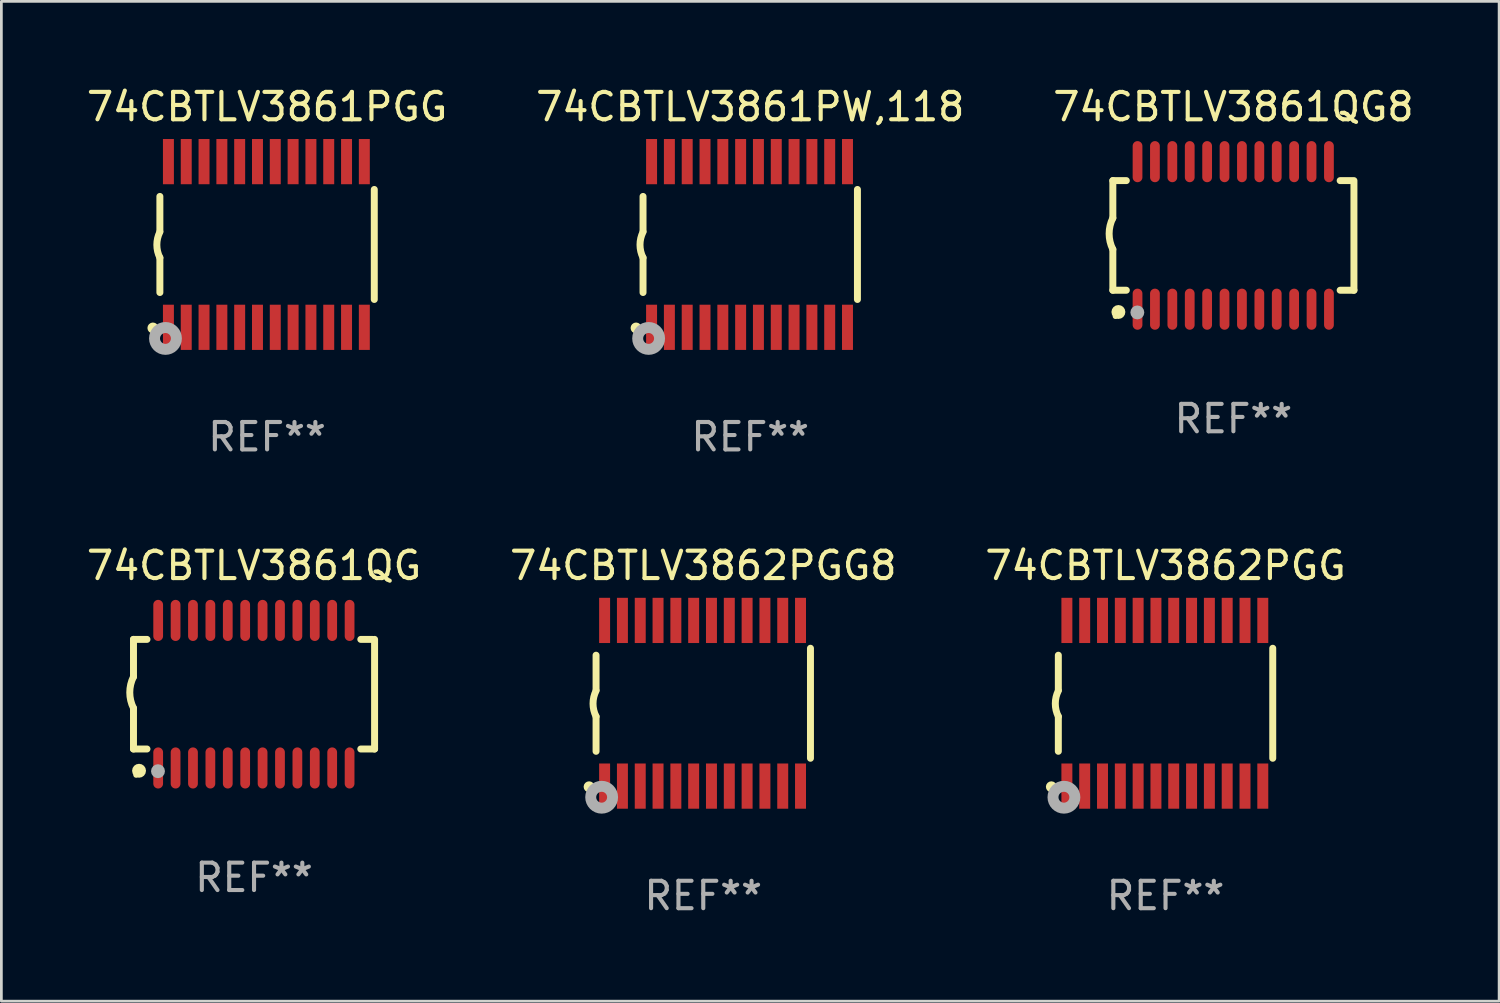
<source format=kicad_pcb>
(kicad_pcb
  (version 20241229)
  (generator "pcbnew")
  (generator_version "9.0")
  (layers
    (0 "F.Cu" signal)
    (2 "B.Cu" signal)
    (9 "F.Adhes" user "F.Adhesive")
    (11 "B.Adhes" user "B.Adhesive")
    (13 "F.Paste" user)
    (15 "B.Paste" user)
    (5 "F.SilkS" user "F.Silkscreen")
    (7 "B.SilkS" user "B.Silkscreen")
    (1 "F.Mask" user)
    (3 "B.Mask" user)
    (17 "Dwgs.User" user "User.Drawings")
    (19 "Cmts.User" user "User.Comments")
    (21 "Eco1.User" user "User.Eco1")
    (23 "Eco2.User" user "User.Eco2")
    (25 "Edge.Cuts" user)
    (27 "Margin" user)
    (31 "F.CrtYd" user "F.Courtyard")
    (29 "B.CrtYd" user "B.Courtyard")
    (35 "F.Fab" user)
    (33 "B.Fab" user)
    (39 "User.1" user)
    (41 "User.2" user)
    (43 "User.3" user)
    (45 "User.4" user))
  (footprint "74CBTLV3862PGG"
    (layer "F.Cu")
    (at 39.482 22.613)
    (property "Reference" "74CBTLV3862PGG" (at 0 -5.023 0) (layer "F.SilkS") (effects (font (size 1 1) (thickness 0.15))))
    (attr through_hole)
    (fp_line (start -3.912 -0.483) (end -3.912 -1.753) (stroke (width 0.254) (type solid)) (layer "F.SilkS"))
    (fp_line (start -3.912 1.753) (end -3.912 0.483) (stroke (width 0.254) (type solid)) (layer "F.SilkS"))
    (fp_line (start 3.912 -2.007) (end 3.912 2.007) (stroke (width 0.254) (type solid)) (layer "F.SilkS"))
    (fp_arc (start -3.911608 0.482601) (mid -4.022537 0.0127) (end -3.911608 -0.457201) (stroke (width 0.254001) (type solid)) (layer "F.SilkS"))
    (fp_circle (center -4.166 3.048) (end -4.066 3.048) (stroke (width 0.2) (type solid)) (fill no) (layer "F.SilkS"))
    (fp_circle (center -3.925 3.186) (end -3.895 3.186) (stroke (width 0.06) (type solid)) (fill no) (layer "F.SilkS"))
    (fp_circle (center -3.708 3.429) (end -3.509 3.429) (stroke (width 0.4) (type solid)) (fill no) (layer "F.Fab"))
    (fp_text user "REF**" (at 0 7.023 0) (layer "F.Fab") (effects (font (size 1 1) (thickness 0.15))))
    (pad "1" smd rect (at -3.6 3.023) (size 0.4 1.65) (layers "F.Cu" "F.Mask" "F.Paste"))
    (pad "2" smd rect (at -2.95 3.023) (size 0.4 1.65) (layers "F.Cu" "F.Mask" "F.Paste"))
    (pad "3" smd rect (at -2.3 3.023) (size 0.4 1.65) (layers "F.Cu" "F.Mask" "F.Paste"))
    (pad "4" smd rect (at -1.65 3.023) (size 0.4 1.65) (layers "F.Cu" "F.Mask" "F.Paste"))
    (pad "5" smd rect (at -1 3.023) (size 0.4 1.65) (layers "F.Cu" "F.Mask" "F.Paste"))
    (pad "6" smd rect (at -0.35 3.023) (size 0.4 1.65) (layers "F.Cu" "F.Mask" "F.Paste"))
    (pad "7" smd rect (at 0.299 3.023) (size 0.4 1.65) (layers "F.Cu" "F.Mask" "F.Paste"))
    (pad "8" smd rect (at 0.95 3.023) (size 0.4 1.65) (layers "F.Cu" "F.Mask" "F.Paste"))
    (pad "9" smd rect (at 1.6 3.023) (size 0.4 1.65) (layers "F.Cu" "F.Mask" "F.Paste"))
    (pad "10" smd rect (at 2.25 3.023) (size 0.4 1.65) (layers "F.Cu" "F.Mask" "F.Paste"))
    (pad "11" smd rect (at 2.9 3.023) (size 0.4 1.65) (layers "F.Cu" "F.Mask" "F.Paste"))
    (pad "12" smd rect (at 3.549 3.023) (size 0.4 1.65) (layers "F.Cu" "F.Mask" "F.Paste"))
    (pad "13" smd rect (at 3.549 -3.023) (size 0.4 1.65) (layers "F.Cu" "F.Mask" "F.Paste"))
    (pad "14" smd rect (at 2.9 -3.023) (size 0.4 1.65) (layers "F.Cu" "F.Mask" "F.Paste"))
    (pad "15" smd rect (at 2.25 -3.023) (size 0.4 1.65) (layers "F.Cu" "F.Mask" "F.Paste"))
    (pad "16" smd rect (at 1.6 -3.023) (size 0.4 1.65) (layers "F.Cu" "F.Mask" "F.Paste"))
    (pad "17" smd rect (at 0.95 -3.023) (size 0.4 1.65) (layers "F.Cu" "F.Mask" "F.Paste"))
    (pad "18" smd rect (at 0.299 -3.023) (size 0.4 1.65) (layers "F.Cu" "F.Mask" "F.Paste"))
    (pad "19" smd rect (at -0.35 -3.023) (size 0.4 1.65) (layers "F.Cu" "F.Mask" "F.Paste"))
    (pad "20" smd rect (at -1 -3.023) (size 0.4 1.65) (layers "F.Cu" "F.Mask" "F.Paste"))
    (pad "21" smd rect (at -1.65 -3.023) (size 0.4 1.65) (layers "F.Cu" "F.Mask" "F.Paste"))
    (pad "22" smd rect (at -2.3 -3.023) (size 0.4 1.65) (layers "F.Cu" "F.Mask" "F.Paste"))
    (pad "23" smd rect (at -2.95 -3.023) (size 0.4 1.65) (layers "F.Cu" "F.Mask" "F.Paste"))
    (pad "24" smd rect (at -3.6 -3.023) (size 0.4 1.65) (layers "F.Cu" "F.Mask" "F.Paste")))
  (footprint "74CBTLV3861QG8"
    (layer "F.Cu")
    (at 41.958 5.541)
    (property "Reference" "74CBTLV3861QG8" (at 0 -4.692 0) (layer "F.SilkS") (effects (font (size 1 1) (thickness 0.15))))
    (attr through_hole)
    (fp_line (start -4.399 -2) (end -4.399 -0.635) (stroke (width 0.254) (type solid)) (layer "F.SilkS"))
    (fp_line (start -4.399 -2) (end -3.907 -2) (stroke (width 0.254) (type solid)) (layer "F.SilkS"))
    (fp_line (start -4.399 2) (end -4.399 0.508) (stroke (width 0.254) (type solid)) (layer "F.SilkS"))
    (fp_line (start -4.399 2) (end -3.907 2) (stroke (width 0.254) (type solid)) (layer "F.SilkS"))
    (fp_line (start 3.896 -2) (end 4.313 -2) (stroke (width 0.254) (type solid)) (layer "F.SilkS"))
    (fp_line (start 3.896 2) (end 4.399 2) (stroke (width 0.254) (type solid)) (layer "F.SilkS"))
    (fp_line (start 4.399 2) (end 4.399 -2) (stroke (width 0.254) (type solid)) (layer "F.SilkS"))
    (fp_arc (start -4.399301 0.508001) (mid -4.534214 -0.0635) (end -4.399301 -0.635001) (stroke (width 0.254001) (type solid)) (layer "F.SilkS"))
    (fp_circle (center -4.305 2.95) (end -4.255 2.95) (stroke (width 0.1) (type solid)) (fill no) (layer "F.SilkS"))
    (fp_circle (center -4.196 2.794) (end -4.069 2.794) (stroke (width 0.254) (type solid)) (fill no) (layer "F.SilkS"))
    (fp_circle (center -3.505 2.81) (end -3.378 2.81) (stroke (width 0.254) (type solid)) (fill no) (layer "F.Fab"))
    (fp_text user "REF**" (at 0 6.692 0) (layer "F.Fab") (effects (font (size 1 1) (thickness 0.15))))
    (pad "1" smd oval (at -3.498 2.692 90) (size 1.5 0.356) (layers "F.Cu" "F.Mask" "F.Paste"))
    (pad "2" smd oval (at -2.863 2.692 90) (size 1.5 0.356) (layers "F.Cu" "F.Mask" "F.Paste"))
    (pad "3" smd oval (at -2.228 2.692 90) (size 1.5 0.356) (layers "F.Cu" "F.Mask" "F.Paste"))
    (pad "4" smd oval (at -1.593 2.692 90) (size 1.5 0.356) (layers "F.Cu" "F.Mask" "F.Paste"))
    (pad "5" smd oval (at -0.958 2.692 90) (size 1.5 0.356) (layers "F.Cu" "F.Mask" "F.Paste"))
    (pad "6" smd oval (at -0.323 2.692 90) (size 1.5 0.356) (layers "F.Cu" "F.Mask" "F.Paste"))
    (pad "7" smd oval (at 0.312 2.692 90) (size 1.5 0.356) (layers "F.Cu" "F.Mask" "F.Paste"))
    (pad "8" smd oval (at 0.947 2.692 90) (size 1.5 0.356) (layers "F.Cu" "F.Mask" "F.Paste"))
    (pad "9" smd oval (at 1.582 2.692 90) (size 1.5 0.356) (layers "F.Cu" "F.Mask" "F.Paste"))
    (pad "10" smd oval (at 2.217 2.692 90) (size 1.5 0.356) (layers "F.Cu" "F.Mask" "F.Paste"))
    (pad "11" smd oval (at 2.852 2.692 90) (size 1.5 0.356) (layers "F.Cu" "F.Mask" "F.Paste"))
    (pad "12" smd oval (at 3.487 2.692 90) (size 1.5 0.356) (layers "F.Cu" "F.Mask" "F.Paste"))
    (pad "13" smd oval (at 3.487 -2.692 90) (size 1.5 0.356) (layers "F.Cu" "F.Mask" "F.Paste"))
    (pad "14" smd oval (at 2.852 -2.692 90) (size 1.5 0.356) (layers "F.Cu" "F.Mask" "F.Paste"))
    (pad "15" smd oval (at 2.217 -2.692 90) (size 1.5 0.356) (layers "F.Cu" "F.Mask" "F.Paste"))
    (pad "16" smd oval (at 1.582 -2.692 90) (size 1.5 0.356) (layers "F.Cu" "F.Mask" "F.Paste"))
    (pad "17" smd oval (at 0.947 -2.692 90) (size 1.5 0.356) (layers "F.Cu" "F.Mask" "F.Paste"))
    (pad "18" smd oval (at 0.312 -2.692 90) (size 1.5 0.356) (layers "F.Cu" "F.Mask" "F.Paste"))
    (pad "19" smd oval (at -0.323 -2.692 90) (size 1.5 0.356) (layers "F.Cu" "F.Mask" "F.Paste"))
    (pad "20" smd oval (at -0.958 -2.692 90) (size 1.5 0.356) (layers "F.Cu" "F.Mask" "F.Paste"))
    (pad "21" smd oval (at -1.593 -2.692 90) (size 1.5 0.356) (layers "F.Cu" "F.Mask" "F.Paste"))
    (pad "22" smd oval (at -2.228 -2.692 90) (size 1.5 0.356) (layers "F.Cu" "F.Mask" "F.Paste"))
    (pad "23" smd oval (at -2.863 -2.692 90) (size 1.5 0.356) (layers "F.Cu" "F.Mask" "F.Paste"))
    (pad "24" smd oval (at -3.498 -2.692 90) (size 1.5 0.356) (layers "F.Cu" "F.Mask" "F.Paste")))
  (footprint "74CBTLV3862PGG8"
    (layer "F.Cu")
    (at 22.613 22.613)
    (property "Reference" "74CBTLV3862PGG8" (at 0 -5.023 0) (layer "F.SilkS") (effects (font (size 1 1) (thickness 0.15))))
    (attr through_hole)
    (fp_line (start -3.912 -0.483) (end -3.912 -1.753) (stroke (width 0.254) (type solid)) (layer "F.SilkS"))
    (fp_line (start -3.912 1.753) (end -3.912 0.483) (stroke (width 0.254) (type solid)) (layer "F.SilkS"))
    (fp_line (start 3.912 -2.007) (end 3.912 2.007) (stroke (width 0.254) (type solid)) (layer "F.SilkS"))
    (fp_arc (start -3.911608 0.482601) (mid -4.022537 0.0127) (end -3.911608 -0.457201) (stroke (width 0.254001) (type solid)) (layer "F.SilkS"))
    (fp_circle (center -4.166 3.048) (end -4.066 3.048) (stroke (width 0.2) (type solid)) (fill no) (layer "F.SilkS"))
    (fp_circle (center -3.925 3.186) (end -3.895 3.186) (stroke (width 0.06) (type solid)) (fill no) (layer "F.SilkS"))
    (fp_circle (center -3.708 3.429) (end -3.509 3.429) (stroke (width 0.4) (type solid)) (fill no) (layer "F.Fab"))
    (fp_text user "REF**" (at 0 7.023 0) (layer "F.Fab") (effects (font (size 1 1) (thickness 0.15))))
    (pad "1" smd rect (at -3.6 3.023) (size 0.4 1.65) (layers "F.Cu" "F.Mask" "F.Paste"))
    (pad "2" smd rect (at -2.95 3.023) (size 0.4 1.65) (layers "F.Cu" "F.Mask" "F.Paste"))
    (pad "3" smd rect (at -2.3 3.023) (size 0.4 1.65) (layers "F.Cu" "F.Mask" "F.Paste"))
    (pad "4" smd rect (at -1.65 3.023) (size 0.4 1.65) (layers "F.Cu" "F.Mask" "F.Paste"))
    (pad "5" smd rect (at -1 3.023) (size 0.4 1.65) (layers "F.Cu" "F.Mask" "F.Paste"))
    (pad "6" smd rect (at -0.35 3.023) (size 0.4 1.65) (layers "F.Cu" "F.Mask" "F.Paste"))
    (pad "7" smd rect (at 0.299 3.023) (size 0.4 1.65) (layers "F.Cu" "F.Mask" "F.Paste"))
    (pad "8" smd rect (at 0.95 3.023) (size 0.4 1.65) (layers "F.Cu" "F.Mask" "F.Paste"))
    (pad "9" smd rect (at 1.6 3.023) (size 0.4 1.65) (layers "F.Cu" "F.Mask" "F.Paste"))
    (pad "10" smd rect (at 2.25 3.023) (size 0.4 1.65) (layers "F.Cu" "F.Mask" "F.Paste"))
    (pad "11" smd rect (at 2.9 3.023) (size 0.4 1.65) (layers "F.Cu" "F.Mask" "F.Paste"))
    (pad "12" smd rect (at 3.549 3.023) (size 0.4 1.65) (layers "F.Cu" "F.Mask" "F.Paste"))
    (pad "13" smd rect (at 3.549 -3.023) (size 0.4 1.65) (layers "F.Cu" "F.Mask" "F.Paste"))
    (pad "14" smd rect (at 2.9 -3.023) (size 0.4 1.65) (layers "F.Cu" "F.Mask" "F.Paste"))
    (pad "15" smd rect (at 2.25 -3.023) (size 0.4 1.65) (layers "F.Cu" "F.Mask" "F.Paste"))
    (pad "16" smd rect (at 1.6 -3.023) (size 0.4 1.65) (layers "F.Cu" "F.Mask" "F.Paste"))
    (pad "17" smd rect (at 0.95 -3.023) (size 0.4 1.65) (layers "F.Cu" "F.Mask" "F.Paste"))
    (pad "18" smd rect (at 0.299 -3.023) (size 0.4 1.65) (layers "F.Cu" "F.Mask" "F.Paste"))
    (pad "19" smd rect (at -0.35 -3.023) (size 0.4 1.65) (layers "F.Cu" "F.Mask" "F.Paste"))
    (pad "20" smd rect (at -1 -3.023) (size 0.4 1.65) (layers "F.Cu" "F.Mask" "F.Paste"))
    (pad "21" smd rect (at -1.65 -3.023) (size 0.4 1.65) (layers "F.Cu" "F.Mask" "F.Paste"))
    (pad "22" smd rect (at -2.3 -3.023) (size 0.4 1.65) (layers "F.Cu" "F.Mask" "F.Paste"))
    (pad "23" smd rect (at -2.95 -3.023) (size 0.4 1.65) (layers "F.Cu" "F.Mask" "F.Paste"))
    (pad "24" smd rect (at -3.6 -3.023) (size 0.4 1.65) (layers "F.Cu" "F.Mask" "F.Paste")))
  (footprint "74CBTLV3861PGG"
    (layer "F.Cu")
    (at 6.696 5.871)
    (property "Reference" "74CBTLV3861PGG" (at 0 -5.023 0) (layer "F.SilkS") (effects (font (size 1 1) (thickness 0.15))))
    (attr through_hole)
    (fp_line (start -3.912 -0.483) (end -3.912 -1.753) (stroke (width 0.254) (type solid)) (layer "F.SilkS"))
    (fp_line (start -3.912 1.753) (end -3.912 0.483) (stroke (width 0.254) (type solid)) (layer "F.SilkS"))
    (fp_line (start 3.912 -2.007) (end 3.912 2.007) (stroke (width 0.254) (type solid)) (layer "F.SilkS"))
    (fp_arc (start -3.911608 0.482601) (mid -4.022537 0.0127) (end -3.911608 -0.457201) (stroke (width 0.254001) (type solid)) (layer "F.SilkS"))
    (fp_circle (center -4.166 3.048) (end -4.066 3.048) (stroke (width 0.2) (type solid)) (fill no) (layer "F.SilkS"))
    (fp_circle (center -3.925 3.186) (end -3.895 3.186) (stroke (width 0.06) (type solid)) (fill no) (layer "F.SilkS"))
    (fp_circle (center -3.708 3.429) (end -3.509 3.429) (stroke (width 0.4) (type solid)) (fill no) (layer "F.Fab"))
    (fp_text user "REF**" (at 0 7.023 0) (layer "F.Fab") (effects (font (size 1 1) (thickness 0.15))))
    (pad "1" smd rect (at -3.6 3.023) (size 0.4 1.65) (layers "F.Cu" "F.Mask" "F.Paste"))
    (pad "2" smd rect (at -2.95 3.023) (size 0.4 1.65) (layers "F.Cu" "F.Mask" "F.Paste"))
    (pad "3" smd rect (at -2.3 3.023) (size 0.4 1.65) (layers "F.Cu" "F.Mask" "F.Paste"))
    (pad "4" smd rect (at -1.65 3.023) (size 0.4 1.65) (layers "F.Cu" "F.Mask" "F.Paste"))
    (pad "5" smd rect (at -1 3.023) (size 0.4 1.65) (layers "F.Cu" "F.Mask" "F.Paste"))
    (pad "6" smd rect (at -0.35 3.023) (size 0.4 1.65) (layers "F.Cu" "F.Mask" "F.Paste"))
    (pad "7" smd rect (at 0.299 3.023) (size 0.4 1.65) (layers "F.Cu" "F.Mask" "F.Paste"))
    (pad "8" smd rect (at 0.95 3.023) (size 0.4 1.65) (layers "F.Cu" "F.Mask" "F.Paste"))
    (pad "9" smd rect (at 1.6 3.023) (size 0.4 1.65) (layers "F.Cu" "F.Mask" "F.Paste"))
    (pad "10" smd rect (at 2.25 3.023) (size 0.4 1.65) (layers "F.Cu" "F.Mask" "F.Paste"))
    (pad "11" smd rect (at 2.9 3.023) (size 0.4 1.65) (layers "F.Cu" "F.Mask" "F.Paste"))
    (pad "12" smd rect (at 3.549 3.023) (size 0.4 1.65) (layers "F.Cu" "F.Mask" "F.Paste"))
    (pad "13" smd rect (at 3.549 -3.023) (size 0.4 1.65) (layers "F.Cu" "F.Mask" "F.Paste"))
    (pad "14" smd rect (at 2.9 -3.023) (size 0.4 1.65) (layers "F.Cu" "F.Mask" "F.Paste"))
    (pad "15" smd rect (at 2.25 -3.023) (size 0.4 1.65) (layers "F.Cu" "F.Mask" "F.Paste"))
    (pad "16" smd rect (at 1.6 -3.023) (size 0.4 1.65) (layers "F.Cu" "F.Mask" "F.Paste"))
    (pad "17" smd rect (at 0.95 -3.023) (size 0.4 1.65) (layers "F.Cu" "F.Mask" "F.Paste"))
    (pad "18" smd rect (at 0.299 -3.023) (size 0.4 1.65) (layers "F.Cu" "F.Mask" "F.Paste"))
    (pad "19" smd rect (at -0.35 -3.023) (size 0.4 1.65) (layers "F.Cu" "F.Mask" "F.Paste"))
    (pad "20" smd rect (at -1 -3.023) (size 0.4 1.65) (layers "F.Cu" "F.Mask" "F.Paste"))
    (pad "21" smd rect (at -1.65 -3.023) (size 0.4 1.65) (layers "F.Cu" "F.Mask" "F.Paste"))
    (pad "22" smd rect (at -2.3 -3.023) (size 0.4 1.65) (layers "F.Cu" "F.Mask" "F.Paste"))
    (pad "23" smd rect (at -2.95 -3.023) (size 0.4 1.65) (layers "F.Cu" "F.Mask" "F.Paste"))
    (pad "24" smd rect (at -3.6 -3.023) (size 0.4 1.65) (layers "F.Cu" "F.Mask" "F.Paste")))
  (footprint "74CBTLV3861PW,118"
    (layer "F.Cu")
    (at 24.327 5.871)
    (property "Reference" "74CBTLV3861PW,118" (at 0 -5.023 0) (layer "F.SilkS") (effects (font (size 1 1) (thickness 0.15))))
    (attr through_hole)
    (fp_line (start -3.912 -0.483) (end -3.912 -1.753) (stroke (width 0.254) (type solid)) (layer "F.SilkS"))
    (fp_line (start -3.912 1.753) (end -3.912 0.483) (stroke (width 0.254) (type solid)) (layer "F.SilkS"))
    (fp_line (start 3.912 -2.007) (end 3.912 2.007) (stroke (width 0.254) (type solid)) (layer "F.SilkS"))
    (fp_arc (start -3.911608 0.482601) (mid -4.022537 0.0127) (end -3.911608 -0.457201) (stroke (width 0.254001) (type solid)) (layer "F.SilkS"))
    (fp_circle (center -4.166 3.048) (end -4.066 3.048) (stroke (width 0.2) (type solid)) (fill no) (layer "F.SilkS"))
    (fp_circle (center -3.925 3.186) (end -3.895 3.186) (stroke (width 0.06) (type solid)) (fill no) (layer "F.SilkS"))
    (fp_circle (center -3.708 3.429) (end -3.509 3.429) (stroke (width 0.4) (type solid)) (fill no) (layer "F.Fab"))
    (fp_text user "REF**" (at 0 7.023 0) (layer "F.Fab") (effects (font (size 1 1) (thickness 0.15))))
    (pad "1" smd rect (at -3.6 3.023) (size 0.4 1.65) (layers "F.Cu" "F.Mask" "F.Paste"))
    (pad "2" smd rect (at -2.95 3.023) (size 0.4 1.65) (layers "F.Cu" "F.Mask" "F.Paste"))
    (pad "3" smd rect (at -2.3 3.023) (size 0.4 1.65) (layers "F.Cu" "F.Mask" "F.Paste"))
    (pad "4" smd rect (at -1.65 3.023) (size 0.4 1.65) (layers "F.Cu" "F.Mask" "F.Paste"))
    (pad "5" smd rect (at -1 3.023) (size 0.4 1.65) (layers "F.Cu" "F.Mask" "F.Paste"))
    (pad "6" smd rect (at -0.35 3.023) (size 0.4 1.65) (layers "F.Cu" "F.Mask" "F.Paste"))
    (pad "7" smd rect (at 0.299 3.023) (size 0.4 1.65) (layers "F.Cu" "F.Mask" "F.Paste"))
    (pad "8" smd rect (at 0.95 3.023) (size 0.4 1.65) (layers "F.Cu" "F.Mask" "F.Paste"))
    (pad "9" smd rect (at 1.6 3.023) (size 0.4 1.65) (layers "F.Cu" "F.Mask" "F.Paste"))
    (pad "10" smd rect (at 2.25 3.023) (size 0.4 1.65) (layers "F.Cu" "F.Mask" "F.Paste"))
    (pad "11" smd rect (at 2.9 3.023) (size 0.4 1.65) (layers "F.Cu" "F.Mask" "F.Paste"))
    (pad "12" smd rect (at 3.549 3.023) (size 0.4 1.65) (layers "F.Cu" "F.Mask" "F.Paste"))
    (pad "13" smd rect (at 3.549 -3.023) (size 0.4 1.65) (layers "F.Cu" "F.Mask" "F.Paste"))
    (pad "14" smd rect (at 2.9 -3.023) (size 0.4 1.65) (layers "F.Cu" "F.Mask" "F.Paste"))
    (pad "15" smd rect (at 2.25 -3.023) (size 0.4 1.65) (layers "F.Cu" "F.Mask" "F.Paste"))
    (pad "16" smd rect (at 1.6 -3.023) (size 0.4 1.65) (layers "F.Cu" "F.Mask" "F.Paste"))
    (pad "17" smd rect (at 0.95 -3.023) (size 0.4 1.65) (layers "F.Cu" "F.Mask" "F.Paste"))
    (pad "18" smd rect (at 0.299 -3.023) (size 0.4 1.65) (layers "F.Cu" "F.Mask" "F.Paste"))
    (pad "19" smd rect (at -0.35 -3.023) (size 0.4 1.65) (layers "F.Cu" "F.Mask" "F.Paste"))
    (pad "20" smd rect (at -1 -3.023) (size 0.4 1.65) (layers "F.Cu" "F.Mask" "F.Paste"))
    (pad "21" smd rect (at -1.65 -3.023) (size 0.4 1.65) (layers "F.Cu" "F.Mask" "F.Paste"))
    (pad "22" smd rect (at -2.3 -3.023) (size 0.4 1.65) (layers "F.Cu" "F.Mask" "F.Paste"))
    (pad "23" smd rect (at -2.95 -3.023) (size 0.4 1.65) (layers "F.Cu" "F.Mask" "F.Paste"))
    (pad "24" smd rect (at -3.6 -3.023) (size 0.4 1.65) (layers "F.Cu" "F.Mask" "F.Paste")))
  (footprint "74CBTLV3861QG"
    (layer "F.Cu")
    (at 6.22 22.282)
    (property "Reference" "74CBTLV3861QG" (at 0 -4.692 0) (layer "F.SilkS") (effects (font (size 1 1) (thickness 0.15))))
    (attr through_hole)
    (fp_line (start -4.399 -2) (end -4.399 -0.635) (stroke (width 0.254) (type solid)) (layer "F.SilkS"))
    (fp_line (start -4.399 -2) (end -3.907 -2) (stroke (width 0.254) (type solid)) (layer "F.SilkS"))
    (fp_line (start -4.399 2) (end -4.399 0.508) (stroke (width 0.254) (type solid)) (layer "F.SilkS"))
    (fp_line (start -4.399 2) (end -3.907 2) (stroke (width 0.254) (type solid)) (layer "F.SilkS"))
    (fp_line (start 3.896 -2) (end 4.313 -2) (stroke (width 0.254) (type solid)) (layer "F.SilkS"))
    (fp_line (start 3.896 2) (end 4.399 2) (stroke (width 0.254) (type solid)) (layer "F.SilkS"))
    (fp_line (start 4.399 2) (end 4.399 -2) (stroke (width 0.254) (type solid)) (layer "F.SilkS"))
    (fp_arc (start -4.399301 0.508001) (mid -4.534214 -0.0635) (end -4.399301 -0.635001) (stroke (width 0.254001) (type solid)) (layer "F.SilkS"))
    (fp_circle (center -4.305 2.95) (end -4.255 2.95) (stroke (width 0.1) (type solid)) (fill no) (layer "F.SilkS"))
    (fp_circle (center -4.196 2.794) (end -4.069 2.794) (stroke (width 0.254) (type solid)) (fill no) (layer "F.SilkS"))
    (fp_circle (center -3.505 2.81) (end -3.378 2.81) (stroke (width 0.254) (type solid)) (fill no) (layer "F.Fab"))
    (fp_text user "REF**" (at 0 6.692 0) (layer "F.Fab") (effects (font (size 1 1) (thickness 0.15))))
    (pad "1" smd oval (at -3.498 2.692 90) (size 1.5 0.356) (layers "F.Cu" "F.Mask" "F.Paste"))
    (pad "2" smd oval (at -2.863 2.692 90) (size 1.5 0.356) (layers "F.Cu" "F.Mask" "F.Paste"))
    (pad "3" smd oval (at -2.228 2.692 90) (size 1.5 0.356) (layers "F.Cu" "F.Mask" "F.Paste"))
    (pad "4" smd oval (at -1.593 2.692 90) (size 1.5 0.356) (layers "F.Cu" "F.Mask" "F.Paste"))
    (pad "5" smd oval (at -0.958 2.692 90) (size 1.5 0.356) (layers "F.Cu" "F.Mask" "F.Paste"))
    (pad "6" smd oval (at -0.323 2.692 90) (size 1.5 0.356) (layers "F.Cu" "F.Mask" "F.Paste"))
    (pad "7" smd oval (at 0.312 2.692 90) (size 1.5 0.356) (layers "F.Cu" "F.Mask" "F.Paste"))
    (pad "8" smd oval (at 0.947 2.692 90) (size 1.5 0.356) (layers "F.Cu" "F.Mask" "F.Paste"))
    (pad "9" smd oval (at 1.582 2.692 90) (size 1.5 0.356) (layers "F.Cu" "F.Mask" "F.Paste"))
    (pad "10" smd oval (at 2.217 2.692 90) (size 1.5 0.356) (layers "F.Cu" "F.Mask" "F.Paste"))
    (pad "11" smd oval (at 2.852 2.692 90) (size 1.5 0.356) (layers "F.Cu" "F.Mask" "F.Paste"))
    (pad "12" smd oval (at 3.487 2.692 90) (size 1.5 0.356) (layers "F.Cu" "F.Mask" "F.Paste"))
    (pad "13" smd oval (at 3.487 -2.692 90) (size 1.5 0.356) (layers "F.Cu" "F.Mask" "F.Paste"))
    (pad "14" smd oval (at 2.852 -2.692 90) (size 1.5 0.356) (layers "F.Cu" "F.Mask" "F.Paste"))
    (pad "15" smd oval (at 2.217 -2.692 90) (size 1.5 0.356) (layers "F.Cu" "F.Mask" "F.Paste"))
    (pad "16" smd oval (at 1.582 -2.692 90) (size 1.5 0.356) (layers "F.Cu" "F.Mask" "F.Paste"))
    (pad "17" smd oval (at 0.947 -2.692 90) (size 1.5 0.356) (layers "F.Cu" "F.Mask" "F.Paste"))
    (pad "18" smd oval (at 0.312 -2.692 90) (size 1.5 0.356) (layers "F.Cu" "F.Mask" "F.Paste"))
    (pad "19" smd oval (at -0.323 -2.692 90) (size 1.5 0.356) (layers "F.Cu" "F.Mask" "F.Paste"))
    (pad "20" smd oval (at -0.958 -2.692 90) (size 1.5 0.356) (layers "F.Cu" "F.Mask" "F.Paste"))
    (pad "21" smd oval (at -1.593 -2.692 90) (size 1.5 0.356) (layers "F.Cu" "F.Mask" "F.Paste"))
    (pad "22" smd oval (at -2.228 -2.692 90) (size 1.5 0.356) (layers "F.Cu" "F.Mask" "F.Paste"))
    (pad "23" smd oval (at -2.863 -2.692 90) (size 1.5 0.356) (layers "F.Cu" "F.Mask" "F.Paste"))
    (pad "24" smd oval (at -3.498 -2.692 90) (size 1.5 0.356) (layers "F.Cu" "F.Mask" "F.Paste")))
  (gr_rect
    (start -3 -3)
    (end 51.655 33.483)
    (stroke (width 0.1) (type default))
    (fill no)
    (layer "Edge.Cuts")))
</source>
